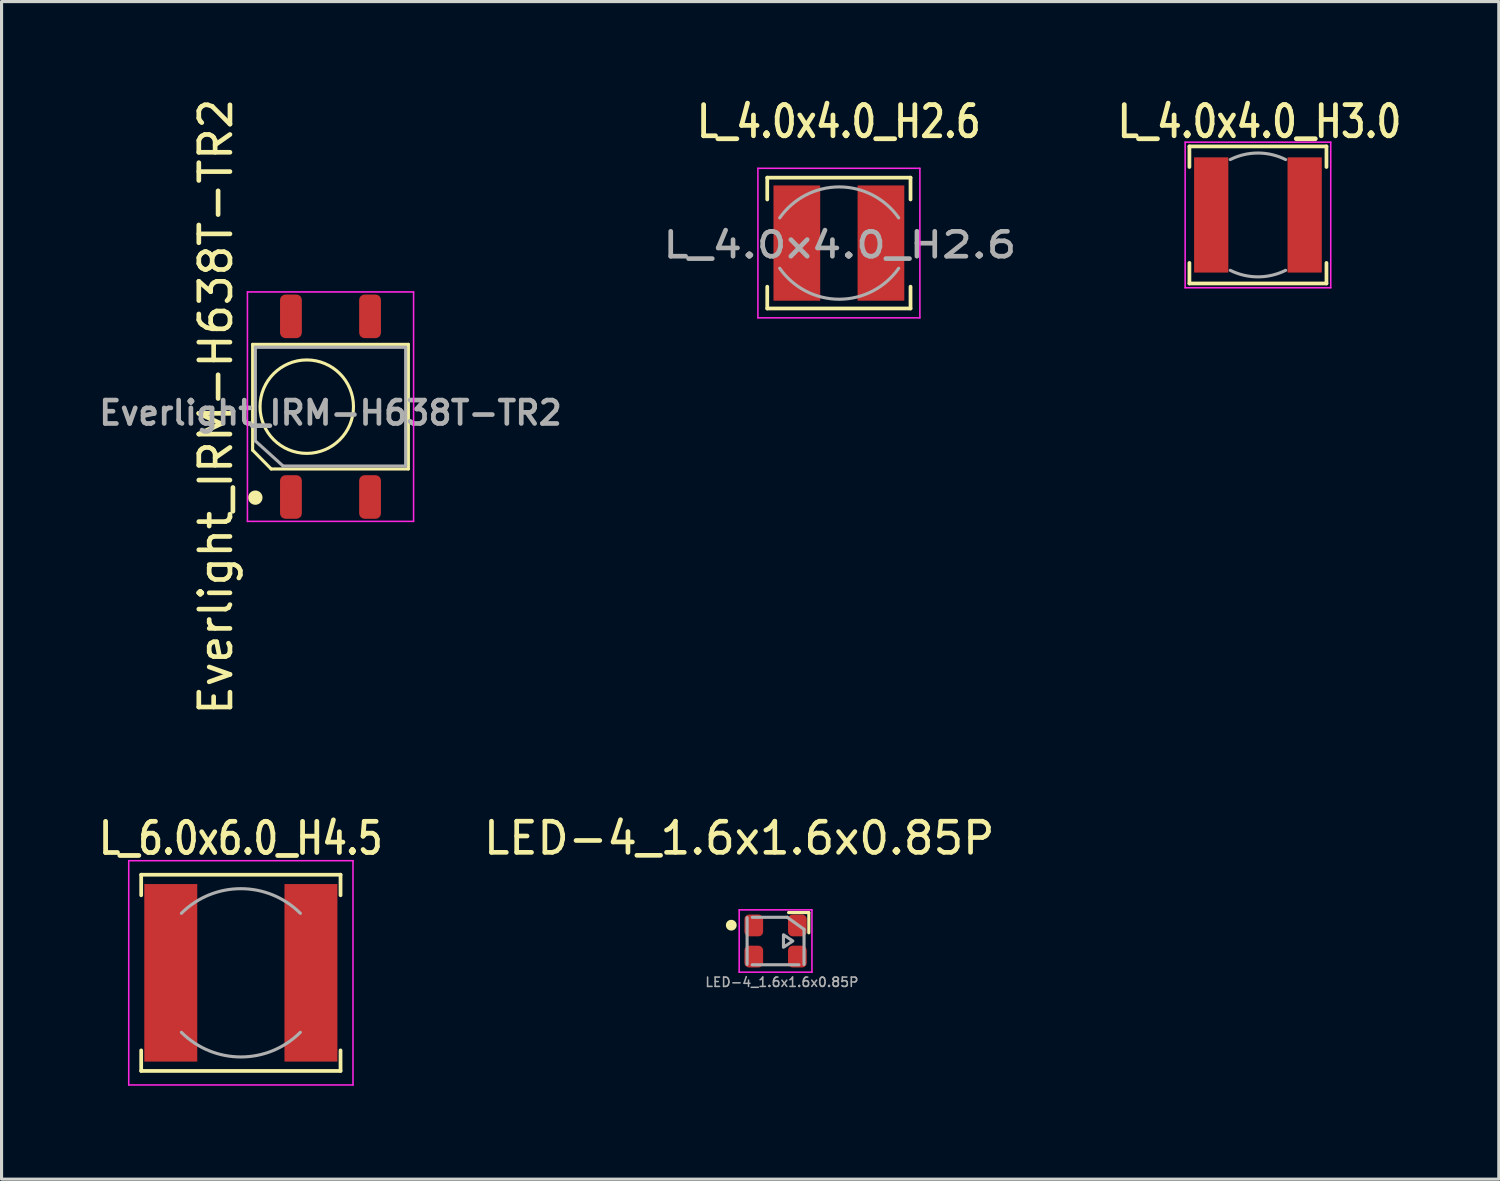
<source format=kicad_pcb>
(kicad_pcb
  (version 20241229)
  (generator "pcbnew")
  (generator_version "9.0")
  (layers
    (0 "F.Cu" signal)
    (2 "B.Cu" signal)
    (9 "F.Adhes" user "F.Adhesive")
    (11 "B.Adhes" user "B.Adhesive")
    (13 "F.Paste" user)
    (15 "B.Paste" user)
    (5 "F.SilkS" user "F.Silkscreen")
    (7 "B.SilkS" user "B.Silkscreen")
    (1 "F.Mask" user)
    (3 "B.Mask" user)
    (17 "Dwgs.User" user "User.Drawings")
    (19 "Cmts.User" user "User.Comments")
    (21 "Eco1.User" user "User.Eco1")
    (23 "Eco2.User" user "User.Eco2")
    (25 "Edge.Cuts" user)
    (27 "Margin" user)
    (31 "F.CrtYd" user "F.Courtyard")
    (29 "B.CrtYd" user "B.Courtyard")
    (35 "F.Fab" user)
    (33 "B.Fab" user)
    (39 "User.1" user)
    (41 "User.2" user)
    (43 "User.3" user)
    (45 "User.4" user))
  (footprint "Everlight_IRM-H638T-TR2"
    (layer "F.Cu")
    (at 7.561 10.006)
    (property "Reference" "Everlight_IRM-H638T-TR2" (at -3.683 0 90) (layer "F.SilkS") (effects (font (size 1 1) (thickness 0.15))))
    (attr smd)
    (fp_line (start -2.5 -2) (end 2.5 -2) (stroke (width 0.1) (type default)) (layer "F.SilkS"))
    (fp_line (start -2.5 1.397) (end -2.5 -2) (stroke (width 0.1) (type solid)) (layer "F.SilkS"))
    (fp_line (start -2.5 1.397) (end -1.905 2) (stroke (width 0.1) (type default)) (layer "F.SilkS"))
    (fp_line (start 2.5 2) (end -1.905 2) (stroke (width 0.1) (type default)) (layer "F.SilkS"))
    (fp_line (start 2.5 2) (end 2.5 -2) (stroke (width 0.1) (type solid)) (layer "F.SilkS"))
    (fp_circle (center -2.413 2.921) (end -2.233 2.921) (stroke (width 0.1) (type solid)) (fill yes) (layer "F.SilkS"))
    (fp_circle (center -0.762 0) (end 0.738 0) (stroke (width 0.1) (type default)) (fill no) (layer "F.SilkS"))
    (fp_line (start -2.667 -3.683) (end -2.667 3.683) (stroke (width 0.05) (type solid)) (layer "F.CrtYd"))
    (fp_line (start -2.667 -3.683) (end 2.667 -3.683) (stroke (width 0.05) (type solid)) (layer "F.CrtYd"))
    (fp_line (start 2.667 3.683) (end -2.667 3.683) (stroke (width 0.05) (type solid)) (layer "F.CrtYd"))
    (fp_line (start 2.667 3.683) (end 2.667 -3.683) (stroke (width 0.05) (type solid)) (layer "F.CrtYd"))
    (fp_line (start -2.413 -1.905) (end 2.413 -1.905) (stroke (width 0.1) (type solid)) (layer "F.Fab"))
    (fp_line (start -2.413 1.1) (end -2.413 -1.905) (stroke (width 0.1) (type solid)) (layer "F.Fab"))
    (fp_line (start -1.524 1.905) (end -2.413 1.1) (stroke (width 0.1) (type solid)) (layer "F.Fab"))
    (fp_line (start 2.413 -1.905) (end 2.413 1.905) (stroke (width 0.1) (type solid)) (layer "F.Fab"))
    (fp_line (start 2.413 1.905) (end -1.524 1.905) (stroke (width 0.1) (type solid)) (layer "F.Fab"))
    (fp_text user "${REFERENCE}" (at 0 0.2 0) (layer "F.Fab") (effects (font (size 0.75 0.75) (thickness 0.15))))
    (pad "1" smd roundrect (at -1.27 2.9) (size 0.7 1.4) (layers "F.Cu" "F.Mask" "F.Paste") (roundrect_rratio 0.25))
    (pad "2" smd roundrect (at 1.27 2.9) (size 0.7 1.4) (layers "F.Cu" "F.Mask" "F.Paste") (roundrect_rratio 0.25))
    (pad "3" smd roundrect (at 1.27 -2.9) (size 0.7 1.4) (layers "F.Cu" "F.Mask" "F.Paste") (roundrect_rratio 0.25))
    (pad "4" smd roundrect (at -1.27 -2.9) (size 0.7 1.4) (layers "F.Cu" "F.Mask" "F.Paste") (roundrect_rratio 0.25)))
  (footprint "L_4.0x4.0_H3.0"
    (layer "F.Cu")
    (at 37.337 3.851)
    (property "Reference" "L_4.0x4.0_H3.0" (at 0.051 -2.997 0) (unlocked yes) (layer "F.SilkS") (effects (font (size 1 0.8) (thickness 0.153))))
    (attr smd)
    (fp_line (start -2.2 -2.2) (end 2.2 -2.2) (stroke (width 0.12) (type solid)) (layer "F.SilkS"))
    (fp_line (start -2.2 -1.54) (end -2.2 -2.2) (stroke (width 0.12) (type solid)) (layer "F.SilkS"))
    (fp_line (start -2.2 2.2) (end -2.2 1.54) (stroke (width 0.12) (type solid)) (layer "F.SilkS"))
    (fp_line (start 2.2 -2.2) (end 2.2 -1.54) (stroke (width 0.12) (type solid)) (layer "F.SilkS"))
    (fp_line (start 2.2 1.54) (end 2.2 2.2) (stroke (width 0.12) (type solid)) (layer "F.SilkS"))
    (fp_line (start 2.2 2.2) (end -2.2 2.2) (stroke (width 0.12) (type solid)) (layer "F.SilkS"))
    (fp_line (start -2.337 -2.337) (end -2.337 2.337) (stroke (width 0.05) (type solid)) (layer "F.CrtYd"))
    (fp_line (start -2.337 2.337) (end 2.337 2.337) (stroke (width 0.05) (type solid)) (layer "F.CrtYd"))
    (fp_line (start 2.337 -2.337) (end -2.337 -2.337) (stroke (width 0.05) (type solid)) (layer "F.CrtYd"))
    (fp_line (start 2.337 2.337) (end 2.337 -2.337) (stroke (width 0.05) (type solid)) (layer "F.CrtYd"))
    (fp_arc (start -0.889 -1.778) (mid 0 -1.987864) (end 0.889 -1.778) (stroke (width 0.1) (type solid)) (layer "F.Fab"))
    (fp_arc (start 0.889 1.778) (mid 0 1.987864) (end -0.889 1.778) (stroke (width 0.1) (type solid)) (layer "F.Fab"))
    (pad "1" smd rect (at -1.5 0) (size 1.1 3.7) (layers "F.Cu" "F.Mask" "F.Paste"))
    (pad "2" smd rect (at 1.5 0) (size 1.1 3.7) (layers "F.Cu" "F.Mask" "F.Paste")))
  (footprint "L_4.0x4.0_H2.6"
    (layer "F.Cu")
    (at 23.883 4.754)
    (property "Reference" "L_4.0x4.0_H2.6" (at 0 -3.9 0) (unlocked yes) (layer "F.SilkS") (effects (font (size 1 0.8) (thickness 0.153))))
    (attr smd)
    (fp_line (start -2.3 -2.1) (end 2.3 -2.1) (stroke (width 0.12) (type solid)) (layer "F.SilkS"))
    (fp_line (start -2.3 -1.4) (end -2.3 -2.1) (stroke (width 0.12) (type solid)) (layer "F.SilkS"))
    (fp_line (start -2.3 2.1) (end -2.3 1.4) (stroke (width 0.12) (type solid)) (layer "F.SilkS"))
    (fp_line (start 2.3 -2.1) (end 2.3 -1.4) (stroke (width 0.12) (type solid)) (layer "F.SilkS"))
    (fp_line (start 2.3 1.4) (end 2.3 2.1) (stroke (width 0.12) (type solid)) (layer "F.SilkS"))
    (fp_line (start 2.3 2.1) (end -2.3 2.1) (stroke (width 0.12) (type solid)) (layer "F.SilkS"))
    (fp_line (start -2.6 -2.4) (end -2.6 2.4) (stroke (width 0.05) (type solid)) (layer "F.CrtYd"))
    (fp_line (start -2.6 2.4) (end 2.6 2.4) (stroke (width 0.05) (type solid)) (layer "F.CrtYd"))
    (fp_line (start 2.6 -2.4) (end -2.6 -2.4) (stroke (width 0.05) (type solid)) (layer "F.CrtYd"))
    (fp_line (start 2.6 2.4) (end 2.6 -2.4) (stroke (width 0.05) (type solid)) (layer "F.CrtYd"))
    (fp_arc (start -1.9 -0.808852) (mid 0.01 -1.803135) (end 1.92 -0.808852) (stroke (width 0.1) (type solid)) (layer "F.Fab"))
    (fp_arc (start 1.92 0.808852) (mid 0.01 1.803135) (end -1.9 0.808852) (stroke (width 0.1) (type solid)) (layer "F.Fab"))
    (fp_text user "${REFERENCE}" (at 0.03 0.06 0) (unlocked yes) (layer "F.Fab") (effects (font (size 0.8 1) (thickness 0.15))))
    (pad "1" smd rect (at -1.35 0) (size 1.5 3.7) (layers "F.Cu" "F.Mask" "F.Paste"))
    (pad "2" smd rect (at 1.35 0) (size 1.5 3.7) (layers "F.Cu" "F.Mask" "F.Paste")))
  (footprint "L_6.0x6.0_H4.5"
    (layer "F.Cu")
    (at 4.683 28.183)
    (property "Reference" "L_6.0x6.0_H4.5" (at 0 -4.318 0) (unlocked yes) (layer "F.SilkS") (effects (font (size 1 0.8) (thickness 0.153))))
    (attr smd)
    (fp_line (start -3.2 -3.15) (end 3.2 -3.15) (stroke (width 0.12) (type solid)) (layer "F.SilkS"))
    (fp_line (start -3.2 -2.49) (end -3.2 -3.15) (stroke (width 0.12) (type solid)) (layer "F.SilkS"))
    (fp_line (start -3.2 3.15) (end -3.2 2.49) (stroke (width 0.12) (type solid)) (layer "F.SilkS"))
    (fp_line (start 3.2 -3.15) (end 3.2 -2.49) (stroke (width 0.12) (type solid)) (layer "F.SilkS"))
    (fp_line (start 3.2 2.49) (end 3.2 3.15) (stroke (width 0.12) (type solid)) (layer "F.SilkS"))
    (fp_line (start 3.2 3.15) (end -3.2 3.15) (stroke (width 0.12) (type solid)) (layer "F.SilkS"))
    (fp_line (start -3.6 -3.6) (end -3.6 3.6) (stroke (width 0.05) (type solid)) (layer "F.CrtYd"))
    (fp_line (start -3.6 3.6) (end 3.6 3.6) (stroke (width 0.05) (type solid)) (layer "F.CrtYd"))
    (fp_line (start 3.6 -3.6) (end -3.6 -3.6) (stroke (width 0.05) (type solid)) (layer "F.CrtYd"))
    (fp_line (start 3.6 3.6) (end 3.6 -3.6) (stroke (width 0.05) (type solid)) (layer "F.CrtYd"))
    (fp_arc (start -1.91 -1.91) (mid 0 -2.701148) (end 1.91 -1.91) (stroke (width 0.1) (type solid)) (layer "F.Fab"))
    (fp_arc (start 1.91 1.91) (mid 0 2.701148) (end -1.91 1.91) (stroke (width 0.1) (type solid)) (layer "F.Fab"))
    (pad "1" smd rect (at -2.25 0) (size 1.7 5.7) (layers "F.Cu" "F.Mask" "F.Paste"))
    (pad "2" smd rect (at 2.25 0) (size 1.7 5.7) (layers "F.Cu" "F.Mask" "F.Paste")))
  (footprint "LED-4_1.6x1.6x0.85P"
    (layer "F.Cu")
    (at 21.85 27.162)
    (property "Reference" "LED-4_1.6x1.6x0.85P" (at -1.168 -3.302 0) (layer "F.SilkS") (effects (font (size 1 1) (thickness 0.15))))
    (attr smd)
    (fp_line (start 1.067 -0.914) (end 0.417 -0.914) (stroke (width 0.1) (type solid)) (layer "F.SilkS"))
    (fp_line (start 1.067 -0.264) (end 1.067 -0.914) (stroke (width 0.1) (type solid)) (layer "F.SilkS"))
    (fp_circle (center -1.422 -0.508) (end -1.309 -0.508) (stroke (width 0.12) (type solid)) (fill yes) (layer "F.SilkS"))
    (fp_line (start -1.168 -1) (end 1.168 -1) (stroke (width 0.05) (type solid)) (layer "F.CrtYd"))
    (fp_line (start -1.168 1) (end -1.168 -1) (stroke (width 0.05) (type solid)) (layer "F.CrtYd"))
    (fp_line (start 1.168 -1) (end 1.168 1) (stroke (width 0.05) (type solid)) (layer "F.CrtYd"))
    (fp_line (start 1.168 1) (end -1.168 1) (stroke (width 0.05) (type solid)) (layer "F.CrtYd"))
    (fp_line (start -0.914 0.75) (end -0.914 -0.75) (stroke (width 0.1) (type solid)) (layer "F.Fab"))
    (fp_line (start -0.75 -0.762) (end 0.375 -0.762) (stroke (width 0.1) (type solid)) (layer "F.Fab"))
    (fp_line (start 0.375 -0.762) (end 0.914 -0.375) (stroke (width 0.1) (type solid)) (layer "F.Fab"))
    (fp_line (start 0.75 0.762) (end -0.75 0.762) (stroke (width 0.1) (type solid)) (layer "F.Fab"))
    (fp_line (start 0.914 -0.375) (end 0.914 0.75) (stroke (width 0.1) (type solid)) (layer "F.Fab"))
    (fp_poly (pts (xy 0.254 0.2) (xy 0.554 0) (xy 0.254 -0.2)) (stroke (width 0.1) (type solid)) (fill no) (layer "F.Fab"))
    (fp_text user "${REFERENCE}" (at 0.203 1.321 0) (layer "F.Fab") (effects (font (size 0.3 0.3) (thickness 0.05))))
    (pad "1" smd roundrect (at -0.7 -0.5) (size 0.6 0.7) (layers "F.Cu" "F.Mask" "F.Paste") (roundrect_rratio 0.25))
    (pad "2" smd roundrect (at 0.7 -0.5) (size 0.6 0.7) (layers "F.Cu" "F.Mask" "F.Paste") (roundrect_rratio 0.25))
    (pad "3" smd roundrect (at -0.7 0.5) (size 0.6 0.7) (layers "F.Cu" "F.Mask" "F.Paste") (roundrect_rratio 0.25))
    (pad "4" smd roundrect (at 0.7 0.5) (size 0.6 0.7) (layers "F.Cu" "F.Mask" "F.Paste") (roundrect_rratio 0.25)))
  (gr_rect
    (start -3 -3)
    (end 45.07 34.808)
    (stroke (width 0.1) (type default))
    (fill no)
    (layer "Edge.Cuts")))
</source>
